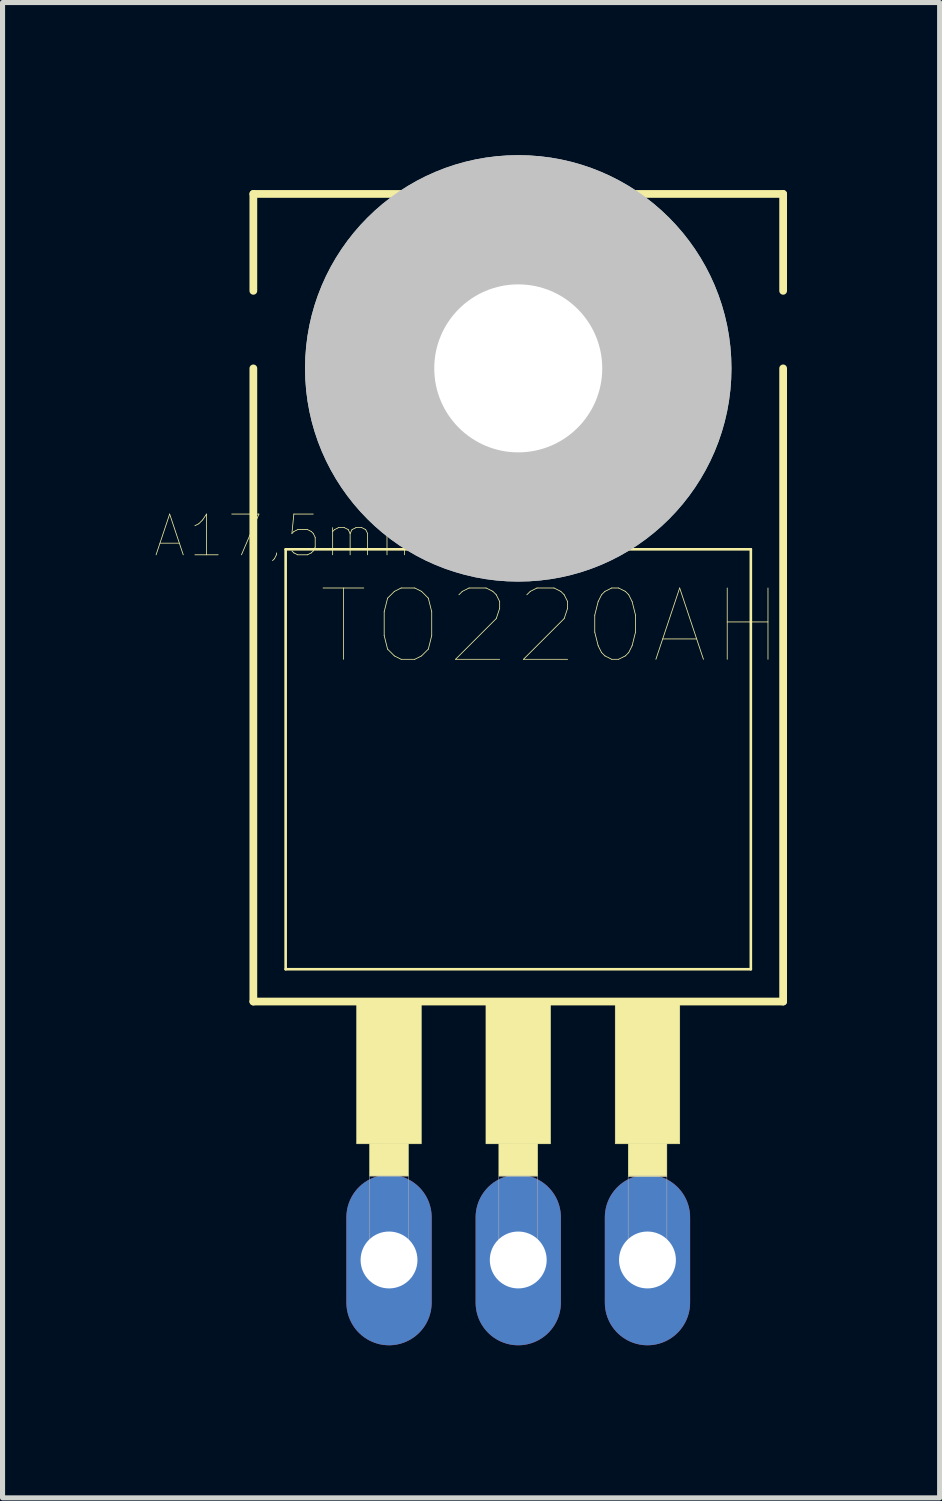
<source format=kicad_pcb>
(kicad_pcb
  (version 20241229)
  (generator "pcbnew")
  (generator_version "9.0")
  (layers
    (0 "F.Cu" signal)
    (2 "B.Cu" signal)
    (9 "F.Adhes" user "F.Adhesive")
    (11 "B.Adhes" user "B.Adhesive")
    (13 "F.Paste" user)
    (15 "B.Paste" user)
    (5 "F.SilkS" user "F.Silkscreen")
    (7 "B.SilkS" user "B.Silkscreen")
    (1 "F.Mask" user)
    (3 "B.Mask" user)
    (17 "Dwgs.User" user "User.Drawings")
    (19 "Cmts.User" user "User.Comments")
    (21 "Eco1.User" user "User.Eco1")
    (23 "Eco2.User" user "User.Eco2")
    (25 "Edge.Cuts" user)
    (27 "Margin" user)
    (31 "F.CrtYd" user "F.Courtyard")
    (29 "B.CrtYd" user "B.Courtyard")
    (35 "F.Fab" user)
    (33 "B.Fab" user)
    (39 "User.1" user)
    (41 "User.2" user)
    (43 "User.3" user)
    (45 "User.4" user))
  (footprint "TO220AH"
    (layer "F.Cu")
    (at 7.137 15.367)
    (property "Reference" "TO220AH" (at 0.636 -6.105 0) (layer "F.SilkS") (effects (font (size 1.402 1.402) (thickness 0.015))))
    (attr through_hole)
    (fp_line (start -5.207 -12.7) (end -5.207 -14.605) (stroke (width 0.152) (type solid)) (layer "F.SilkS"))
    (fp_line (start -5.207 1.27) (end -5.207 -11.176) (stroke (width 0.152) (type solid)) (layer "F.SilkS"))
    (fp_line (start -5.207 1.27) (end 5.207 1.27) (stroke (width 0.152) (type solid)) (layer "F.SilkS"))
    (fp_line (start -4.572 0.635) (end -4.572 -7.62) (stroke (width 0.051) (type solid)) (layer "F.SilkS"))
    (fp_line (start -4.572 0.635) (end 4.572 0.635) (stroke (width 0.051) (type solid)) (layer "F.SilkS"))
    (fp_line (start 4.572 -7.62) (end -4.572 -7.62) (stroke (width 0.051) (type solid)) (layer "F.SilkS"))
    (fp_line (start 4.572 -7.62) (end 4.572 0.635) (stroke (width 0.051) (type solid)) (layer "F.SilkS"))
    (fp_line (start 5.207 -14.605) (end -5.207 -14.605) (stroke (width 0.152) (type solid)) (layer "F.SilkS"))
    (fp_line (start 5.207 -12.7) (end 5.207 -14.605) (stroke (width 0.152) (type solid)) (layer "F.SilkS"))
    (fp_line (start 5.207 1.27) (end 5.207 -11.176) (stroke (width 0.152) (type solid)) (layer "F.SilkS"))
    (fp_circle (center 0 -11.176) (end 1.803 -11.176) (stroke (width 0.152) (type solid)) (fill no) (layer "F.SilkS"))
    (fp_poly (pts (xy -3.177 1.27) (xy -1.905 1.27) (xy -1.905 4.066) (xy -3.177 4.066)) (stroke (width 0.01) (type solid)) (fill yes) (layer "F.SilkS"))
    (fp_poly (pts (xy -2.922 4.064) (xy -2.159 4.064) (xy -2.159 4.7) (xy -2.922 4.7)) (stroke (width 0.01) (type solid)) (fill yes) (layer "F.SilkS"))
    (fp_poly (pts (xy -0.635 1.27) (xy 0.635 1.27) (xy 0.635 4.067) (xy -0.635 4.067)) (stroke (width 0.01) (type solid)) (fill yes) (layer "F.SilkS"))
    (fp_poly (pts (xy -0.381 4.064) (xy 0.381 4.064) (xy 0.381 4.701) (xy -0.381 4.701)) (stroke (width 0.01) (type solid)) (fill yes) (layer "F.SilkS"))
    (fp_poly (pts (xy 1.906 1.27) (xy 3.175 1.27) (xy 3.175 4.066) (xy 1.906 4.066)) (stroke (width 0.01) (type solid)) (fill yes) (layer "F.SilkS"))
    (fp_poly (pts (xy 2.163 4.064) (xy 2.921 4.064) (xy 2.921 4.707) (xy 2.163 4.707)) (stroke (width 0.01) (type solid)) (fill yes) (layer "F.SilkS"))
    (fp_circle (center 0 -11.176) (end 4.191 -11.176) (stroke (width 0) (type solid)) (fill yes) (layer "Dwgs.User"))
    (fp_circle (center 0 -11.176) (end 4.191 -11.176) (stroke (width 0) (type solid)) (fill yes) (layer "Dwgs.User"))
    (fp_poly (pts (xy -2.925 4.699) (xy -2.159 4.699) (xy -2.159 6.614) (xy -2.925 6.614)) (stroke (width 0.01) (type solid)) (fill no) (layer "F.Fab"))
    (fp_poly (pts (xy -0.382 4.699) (xy 0.381 4.699) (xy 0.381 6.615) (xy -0.382 6.615)) (stroke (width 0.01) (type solid)) (fill no) (layer "F.Fab"))
    (fp_poly (pts (xy 2.161 4.699) (xy 2.921 4.699) (xy 2.921 6.611) (xy 2.161 6.611)) (stroke (width 0.01) (type solid)) (fill no) (layer "F.Fab"))
    (fp_text user "A17,5mm" (at -4.449 -7.881 0) (layer "F.SilkS") (effects (font (size 0.801 0.801) (thickness 0.015))))
    (pad "" np_thru_hole circle (at 0 -11.176) (size 3.302 3.302) (drill 3.302) (layers "*.Cu" "*.Mask"))
    (pad "B" thru_hole oval (at -2.54 6.35) (size 1.676 3.353) (drill 1.118) (layers "*.Cu" "*.Mask"))
    (pad "C" thru_hole oval (at 0 6.35) (size 1.676 3.353) (drill 1.118) (layers "*.Cu" "*.Mask"))
    (pad "E" thru_hole oval (at 2.54 6.35) (size 1.676 3.353) (drill 1.118) (layers "*.Cu" "*.Mask")))
  (gr_rect
    (start -3 -3)
    (end 15.42 26.393)
    (stroke (width 0.1) (type default))
    (fill no)
    (layer "Edge.Cuts")))
</source>
